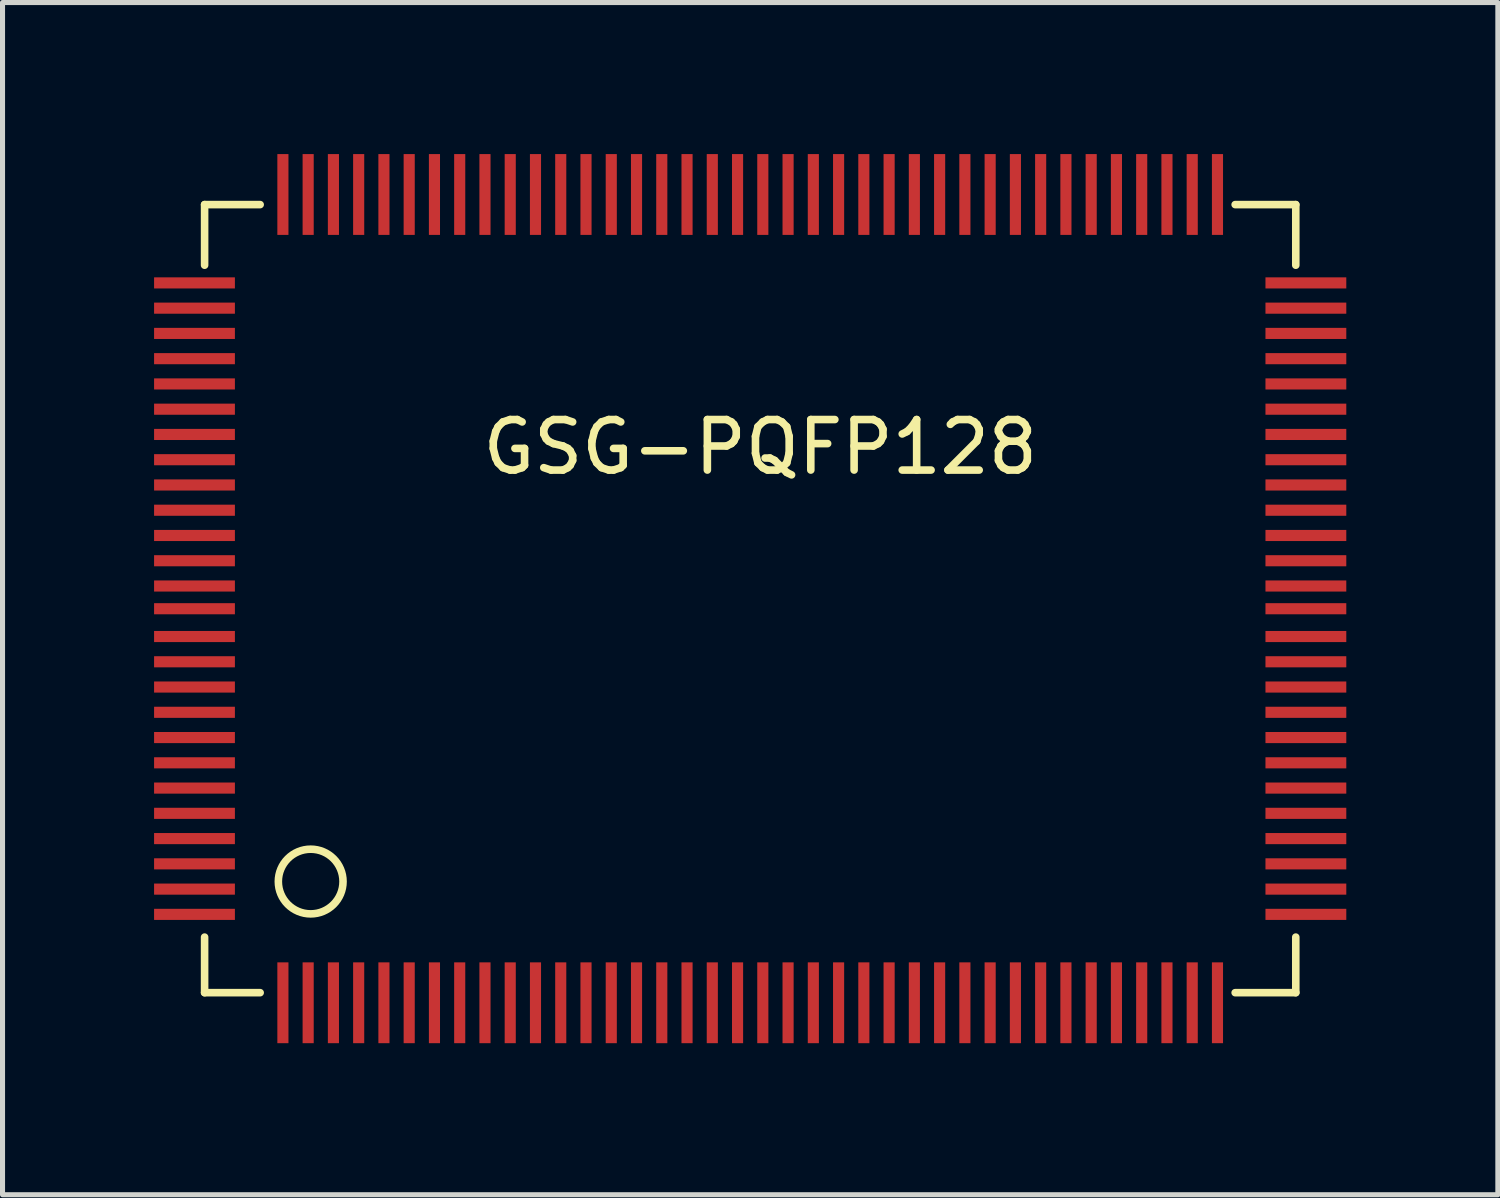
<source format=kicad_pcb>
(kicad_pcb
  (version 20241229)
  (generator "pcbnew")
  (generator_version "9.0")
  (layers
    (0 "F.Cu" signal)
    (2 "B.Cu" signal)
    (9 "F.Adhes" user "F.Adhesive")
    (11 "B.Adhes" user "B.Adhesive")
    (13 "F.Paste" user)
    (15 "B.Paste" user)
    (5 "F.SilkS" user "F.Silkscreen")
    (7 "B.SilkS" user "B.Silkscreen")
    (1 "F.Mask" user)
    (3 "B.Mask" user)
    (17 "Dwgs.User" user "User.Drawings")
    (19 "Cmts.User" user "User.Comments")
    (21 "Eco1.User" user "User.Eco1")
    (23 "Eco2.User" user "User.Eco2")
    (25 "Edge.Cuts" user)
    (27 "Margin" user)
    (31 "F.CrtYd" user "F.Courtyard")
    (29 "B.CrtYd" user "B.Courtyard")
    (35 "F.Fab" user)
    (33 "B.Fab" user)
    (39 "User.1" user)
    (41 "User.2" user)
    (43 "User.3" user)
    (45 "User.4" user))
  (footprint "GSG-PQFP128"
    (layer "F.Cu")
    (at 11.8 8.8)
    (property "Reference" "GSG-PQFP128" (at 0.2 -3 0) (layer "F.SilkS") (effects (font (size 1 1) (thickness 0.15))))
    (attr through_hole)
    (fp_line (start -10.8 -7.8) (end -10.8 -6.6) (stroke (width 0.15) (type solid)) (layer "F.SilkS"))
    (fp_line (start -10.8 7.8) (end -10.8 6.7) (stroke (width 0.15) (type solid)) (layer "F.SilkS"))
    (fp_line (start -9.7 -7.8) (end -10.8 -7.8) (stroke (width 0.15) (type solid)) (layer "F.SilkS"))
    (fp_line (start -9.7 7.8) (end -10.8 7.8) (stroke (width 0.15) (type solid)) (layer "F.SilkS"))
    (fp_line (start 9.6 -7.8) (end 10.8 -7.8) (stroke (width 0.15) (type solid)) (layer "F.SilkS"))
    (fp_line (start 10.8 -7.8) (end 10.8 -6.6) (stroke (width 0.15) (type solid)) (layer "F.SilkS"))
    (fp_line (start 10.8 6.7) (end 10.8 7.8) (stroke (width 0.15) (type solid)) (layer "F.SilkS"))
    (fp_line (start 10.8 7.8) (end 9.6 7.8) (stroke (width 0.15) (type solid)) (layer "F.SilkS"))
    (fp_circle (center -8.7 5.6) (end -9.1 6.1) (stroke (width 0.15) (type solid)) (fill no) (layer "F.SilkS"))
    (pad "1" smd rect (at -9.25 8) (size 0.22 1.6) (layers "F.Cu" "F.Mask" "F.Paste"))
    (pad "2" smd rect (at -8.75 8) (size 0.22 1.6) (layers "F.Cu" "F.Mask" "F.Paste"))
    (pad "3" smd rect (at -8.25 8) (size 0.22 1.6) (layers "F.Cu" "F.Mask" "F.Paste"))
    (pad "4" smd rect (at -7.75 8) (size 0.22 1.6) (layers "F.Cu" "F.Mask" "F.Paste"))
    (pad "5" smd rect (at -7.25 8) (size 0.22 1.6) (layers "F.Cu" "F.Mask" "F.Paste"))
    (pad "6" smd rect (at -6.75 8) (size 0.22 1.6) (layers "F.Cu" "F.Mask" "F.Paste"))
    (pad "7" smd rect (at -6.25 8) (size 0.22 1.6) (layers "F.Cu" "F.Mask" "F.Paste"))
    (pad "8" smd rect (at -5.75 8) (size 0.22 1.6) (layers "F.Cu" "F.Mask" "F.Paste"))
    (pad "9" smd rect (at -5.25 8) (size 0.22 1.6) (layers "F.Cu" "F.Mask" "F.Paste"))
    (pad "10" smd rect (at -4.75 8) (size 0.22 1.6) (layers "F.Cu" "F.Mask" "F.Paste"))
    (pad "11" smd rect (at -4.25 8) (size 0.22 1.6) (layers "F.Cu" "F.Mask" "F.Paste"))
    (pad "12" smd rect (at -3.75 8) (size 0.22 1.6) (layers "F.Cu" "F.Mask" "F.Paste"))
    (pad "13" smd rect (at -3.25 8) (size 0.22 1.6) (layers "F.Cu" "F.Mask" "F.Paste"))
    (pad "14" smd rect (at -2.75 8) (size 0.22 1.6) (layers "F.Cu" "F.Mask" "F.Paste"))
    (pad "15" smd rect (at -2.25 8) (size 0.22 1.6) (layers "F.Cu" "F.Mask" "F.Paste"))
    (pad "16" smd rect (at -1.75 8) (size 0.22 1.6) (layers "F.Cu" "F.Mask" "F.Paste"))
    (pad "17" smd rect (at -1.25 8) (size 0.22 1.6) (layers "F.Cu" "F.Mask" "F.Paste"))
    (pad "18" smd rect (at -0.75 8) (size 0.22 1.6) (layers "F.Cu" "F.Mask" "F.Paste"))
    (pad "19" smd rect (at -0.25 8) (size 0.22 1.6) (layers "F.Cu" "F.Mask" "F.Paste"))
    (pad "20" smd rect (at 0.25 8) (size 0.22 1.6) (layers "F.Cu" "F.Mask" "F.Paste"))
    (pad "21" smd rect (at 0.75 8) (size 0.22 1.6) (layers "F.Cu" "F.Mask" "F.Paste"))
    (pad "22" smd rect (at 1.25 8) (size 0.22 1.6) (layers "F.Cu" "F.Mask" "F.Paste"))
    (pad "23" smd rect (at 1.75 8) (size 0.22 1.6) (layers "F.Cu" "F.Mask" "F.Paste"))
    (pad "24" smd rect (at 2.25 8) (size 0.22 1.6) (layers "F.Cu" "F.Mask" "F.Paste"))
    (pad "25" smd rect (at 2.75 8) (size 0.22 1.6) (layers "F.Cu" "F.Mask" "F.Paste"))
    (pad "26" smd rect (at 3.25 8) (size 0.22 1.6) (layers "F.Cu" "F.Mask" "F.Paste"))
    (pad "27" smd rect (at 3.75 8) (size 0.22 1.6) (layers "F.Cu" "F.Mask" "F.Paste"))
    (pad "28" smd rect (at 4.25 8) (size 0.22 1.6) (layers "F.Cu" "F.Mask" "F.Paste"))
    (pad "29" smd rect (at 4.75 8) (size 0.22 1.6) (layers "F.Cu" "F.Mask" "F.Paste"))
    (pad "30" smd rect (at 5.25 8) (size 0.22 1.6) (layers "F.Cu" "F.Mask" "F.Paste"))
    (pad "31" smd rect (at 5.75 8) (size 0.22 1.6) (layers "F.Cu" "F.Mask" "F.Paste"))
    (pad "32" smd rect (at 6.25 8) (size 0.22 1.6) (layers "F.Cu" "F.Mask" "F.Paste"))
    (pad "33" smd rect (at 6.75 8) (size 0.22 1.6) (layers "F.Cu" "F.Mask" "F.Paste"))
    (pad "34" smd rect (at 7.25 8) (size 0.22 1.6) (layers "F.Cu" "F.Mask" "F.Paste"))
    (pad "35" smd rect (at 7.75 8) (size 0.22 1.6) (layers "F.Cu" "F.Mask" "F.Paste"))
    (pad "36" smd rect (at 8.25 8) (size 0.22 1.6) (layers "F.Cu" "F.Mask" "F.Paste"))
    (pad "37" smd rect (at 8.75 8) (size 0.22 1.6) (layers "F.Cu" "F.Mask" "F.Paste"))
    (pad "38" smd rect (at 9.25 8) (size 0.22 1.6) (layers "F.Cu" "F.Mask" "F.Paste"))
    (pad "39" smd rect (at 11 6.25) (size 1.6 0.22) (layers "F.Cu" "F.Mask" "F.Paste"))
    (pad "40" smd rect (at 11 5.75) (size 1.6 0.22) (layers "F.Cu" "F.Mask" "F.Paste"))
    (pad "41" smd rect (at 11 5.25) (size 1.6 0.22) (layers "F.Cu" "F.Mask" "F.Paste"))
    (pad "42" smd rect (at 11 4.75) (size 1.6 0.22) (layers "F.Cu" "F.Mask" "F.Paste"))
    (pad "43" smd rect (at 11 4.25) (size 1.6 0.22) (layers "F.Cu" "F.Mask" "F.Paste"))
    (pad "44" smd rect (at 11 3.75) (size 1.6 0.22) (layers "F.Cu" "F.Mask" "F.Paste"))
    (pad "45" smd rect (at 11 3.25) (size 1.6 0.22) (layers "F.Cu" "F.Mask" "F.Paste"))
    (pad "46" smd rect (at 11 2.75) (size 1.6 0.22) (layers "F.Cu" "F.Mask" "F.Paste"))
    (pad "47" smd rect (at 11 2.25) (size 1.6 0.22) (layers "F.Cu" "F.Mask" "F.Paste"))
    (pad "48" smd rect (at 11 1.75) (size 1.6 0.22) (layers "F.Cu" "F.Mask" "F.Paste"))
    (pad "49" smd rect (at 11 1.25) (size 1.6 0.22) (layers "F.Cu" "F.Mask" "F.Paste"))
    (pad "50" smd rect (at 11 0.75) (size 1.6 0.22) (layers "F.Cu" "F.Mask" "F.Paste"))
    (pad "51" smd rect (at 11 0.2) (size 1.6 0.22) (layers "F.Cu" "F.Mask" "F.Paste"))
    (pad "52" smd rect (at 11 -0.25) (size 1.6 0.22) (layers "F.Cu" "F.Mask" "F.Paste"))
    (pad "53" smd rect (at 11 -0.75) (size 1.6 0.22) (layers "F.Cu" "F.Mask" "F.Paste"))
    (pad "54" smd rect (at 11 -1.25) (size 1.6 0.22) (layers "F.Cu" "F.Mask" "F.Paste"))
    (pad "55" smd rect (at 11 -1.75) (size 1.6 0.22) (layers "F.Cu" "F.Mask" "F.Paste"))
    (pad "56" smd rect (at 11 -2.25) (size 1.6 0.22) (layers "F.Cu" "F.Mask" "F.Paste"))
    (pad "57" smd rect (at 11 -2.75) (size 1.6 0.22) (layers "F.Cu" "F.Mask" "F.Paste"))
    (pad "58" smd rect (at 11 -3.25) (size 1.6 0.22) (layers "F.Cu" "F.Mask" "F.Paste"))
    (pad "59" smd rect (at 11 -3.75) (size 1.6 0.22) (layers "F.Cu" "F.Mask" "F.Paste"))
    (pad "60" smd rect (at 11 -4.25) (size 1.6 0.22) (layers "F.Cu" "F.Mask" "F.Paste"))
    (pad "61" smd rect (at 11 -4.75) (size 1.6 0.22) (layers "F.Cu" "F.Mask" "F.Paste"))
    (pad "62" smd rect (at 11 -5.25) (size 1.6 0.22) (layers "F.Cu" "F.Mask" "F.Paste"))
    (pad "63" smd rect (at 11 -5.75) (size 1.6 0.22) (layers "F.Cu" "F.Mask" "F.Paste"))
    (pad "64" smd rect (at 11 -6.25) (size 1.6 0.22) (layers "F.Cu" "F.Mask" "F.Paste"))
    (pad "65" smd rect (at 9.25 -8) (size 0.22 1.6) (layers "F.Cu" "F.Mask" "F.Paste"))
    (pad "66" smd rect (at 8.75 -8) (size 0.22 1.6) (layers "F.Cu" "F.Mask" "F.Paste"))
    (pad "67" smd rect (at 8.25 -8) (size 0.22 1.6) (layers "F.Cu" "F.Mask" "F.Paste"))
    (pad "68" smd rect (at 7.75 -8) (size 0.22 1.6) (layers "F.Cu" "F.Mask" "F.Paste"))
    (pad "69" smd rect (at 7.25 -8) (size 0.22 1.6) (layers "F.Cu" "F.Mask" "F.Paste"))
    (pad "70" smd rect (at 6.75 -8) (size 0.22 1.6) (layers "F.Cu" "F.Mask" "F.Paste"))
    (pad "71" smd rect (at 6.25 -8) (size 0.22 1.6) (layers "F.Cu" "F.Mask" "F.Paste"))
    (pad "72" smd rect (at 5.75 -8) (size 0.22 1.6) (layers "F.Cu" "F.Mask" "F.Paste"))
    (pad "73" smd rect (at 5.25 -8) (size 0.22 1.6) (layers "F.Cu" "F.Mask" "F.Paste"))
    (pad "74" smd rect (at 4.75 -8) (size 0.22 1.6) (layers "F.Cu" "F.Mask" "F.Paste"))
    (pad "75" smd rect (at 4.25 -8) (size 0.22 1.6) (layers "F.Cu" "F.Mask" "F.Paste"))
    (pad "76" smd rect (at 3.75 -8) (size 0.22 1.6) (layers "F.Cu" "F.Mask" "F.Paste"))
    (pad "77" smd rect (at 3.25 -8) (size 0.22 1.6) (layers "F.Cu" "F.Mask" "F.Paste"))
    (pad "78" smd rect (at 2.75 -8) (size 0.22 1.6) (layers "F.Cu" "F.Mask" "F.Paste"))
    (pad "79" smd rect (at 2.25 -8) (size 0.22 1.6) (layers "F.Cu" "F.Mask" "F.Paste"))
    (pad "80" smd rect (at 1.75 -8) (size 0.22 1.6) (layers "F.Cu" "F.Mask" "F.Paste"))
    (pad "81" smd rect (at 1.25 -8) (size 0.22 1.6) (layers "F.Cu" "F.Mask" "F.Paste"))
    (pad "82" smd rect (at 0.75 -8) (size 0.22 1.6) (layers "F.Cu" "F.Mask" "F.Paste"))
    (pad "83" smd rect (at 0.25 -8) (size 0.22 1.6) (layers "F.Cu" "F.Mask" "F.Paste"))
    (pad "84" smd rect (at -0.25 -8) (size 0.22 1.6) (layers "F.Cu" "F.Mask" "F.Paste"))
    (pad "85" smd rect (at -0.75 -8) (size 0.22 1.6) (layers "F.Cu" "F.Mask" "F.Paste"))
    (pad "86" smd rect (at -1.25 -8) (size 0.22 1.6) (layers "F.Cu" "F.Mask" "F.Paste"))
    (pad "87" smd rect (at -1.75 -8) (size 0.22 1.6) (layers "F.Cu" "F.Mask" "F.Paste"))
    (pad "88" smd rect (at -2.25 -8) (size 0.22 1.6) (layers "F.Cu" "F.Mask" "F.Paste"))
    (pad "89" smd rect (at -2.75 -8) (size 0.22 1.6) (layers "F.Cu" "F.Mask" "F.Paste"))
    (pad "90" smd rect (at -3.25 -8) (size 0.22 1.6) (layers "F.Cu" "F.Mask" "F.Paste"))
    (pad "91" smd rect (at -3.75 -8) (size 0.22 1.6) (layers "F.Cu" "F.Mask" "F.Paste"))
    (pad "92" smd rect (at -4.25 -8) (size 0.22 1.6) (layers "F.Cu" "F.Mask" "F.Paste"))
    (pad "93" smd rect (at -4.75 -8) (size 0.22 1.6) (layers "F.Cu" "F.Mask" "F.Paste"))
    (pad "94" smd rect (at -5.25 -8) (size 0.22 1.6) (layers "F.Cu" "F.Mask" "F.Paste"))
    (pad "95" smd rect (at -5.75 -8) (size 0.22 1.6) (layers "F.Cu" "F.Mask" "F.Paste"))
    (pad "96" smd rect (at -6.25 -8) (size 0.22 1.6) (layers "F.Cu" "F.Mask" "F.Paste"))
    (pad "97" smd rect (at -6.75 -8) (size 0.22 1.6) (layers "F.Cu" "F.Mask" "F.Paste"))
    (pad "98" smd rect (at -7.25 -8) (size 0.22 1.6) (layers "F.Cu" "F.Mask" "F.Paste"))
    (pad "99" smd rect (at -7.75 -8) (size 0.22 1.6) (layers "F.Cu" "F.Mask" "F.Paste"))
    (pad "100" smd rect (at -8.25 -8) (size 0.22 1.6) (layers "F.Cu" "F.Mask" "F.Paste"))
    (pad "101" smd rect (at -8.75 -8) (size 0.22 1.6) (layers "F.Cu" "F.Mask" "F.Paste"))
    (pad "102" smd rect (at -9.25 -8) (size 0.22 1.6) (layers "F.Cu" "F.Mask" "F.Paste"))
    (pad "103" smd rect (at -11 -6.25) (size 1.6 0.22) (layers "F.Cu" "F.Mask" "F.Paste"))
    (pad "104" smd rect (at -11 -5.75) (size 1.6 0.22) (layers "F.Cu" "F.Mask" "F.Paste"))
    (pad "105" smd rect (at -11 -5.25) (size 1.6 0.22) (layers "F.Cu" "F.Mask" "F.Paste"))
    (pad "106" smd rect (at -11 -4.75) (size 1.6 0.22) (layers "F.Cu" "F.Mask" "F.Paste"))
    (pad "107" smd rect (at -11 -4.25) (size 1.6 0.22) (layers "F.Cu" "F.Mask" "F.Paste"))
    (pad "108" smd rect (at -11 -3.75) (size 1.6 0.22) (layers "F.Cu" "F.Mask" "F.Paste"))
    (pad "109" smd rect (at -11 -3.25) (size 1.6 0.22) (layers "F.Cu" "F.Mask" "F.Paste"))
    (pad "110" smd rect (at -11 -2.75) (size 1.6 0.22) (layers "F.Cu" "F.Mask" "F.Paste"))
    (pad "111" smd rect (at -11 -2.25) (size 1.6 0.22) (layers "F.Cu" "F.Mask" "F.Paste"))
    (pad "112" smd rect (at -11 -1.75) (size 1.6 0.22) (layers "F.Cu" "F.Mask" "F.Paste"))
    (pad "113" smd rect (at -11 -1.25) (size 1.6 0.22) (layers "F.Cu" "F.Mask" "F.Paste"))
    (pad "114" smd rect (at -11 -0.75) (size 1.6 0.22) (layers "F.Cu" "F.Mask" "F.Paste"))
    (pad "115" smd rect (at -11 -0.25) (size 1.6 0.22) (layers "F.Cu" "F.Mask" "F.Paste"))
    (pad "116" smd rect (at -11 0.2) (size 1.6 0.22) (layers "F.Cu" "F.Mask" "F.Paste"))
    (pad "117" smd rect (at -11 0.75) (size 1.6 0.22) (layers "F.Cu" "F.Mask" "F.Paste"))
    (pad "118" smd rect (at -11 1.25) (size 1.6 0.22) (layers "F.Cu" "F.Mask" "F.Paste"))
    (pad "119" smd rect (at -11 1.75) (size 1.6 0.22) (layers "F.Cu" "F.Mask" "F.Paste"))
    (pad "120" smd rect (at -11 2.25) (size 1.6 0.22) (layers "F.Cu" "F.Mask" "F.Paste"))
    (pad "121" smd rect (at -11 2.75) (size 1.6 0.22) (layers "F.Cu" "F.Mask" "F.Paste"))
    (pad "122" smd rect (at -11 3.25) (size 1.6 0.22) (layers "F.Cu" "F.Mask" "F.Paste"))
    (pad "123" smd rect (at -11 3.75) (size 1.6 0.22) (layers "F.Cu" "F.Mask" "F.Paste"))
    (pad "124" smd rect (at -11 4.25) (size 1.6 0.22) (layers "F.Cu" "F.Mask" "F.Paste"))
    (pad "125" smd rect (at -11 4.75) (size 1.6 0.22) (layers "F.Cu" "F.Mask" "F.Paste"))
    (pad "126" smd rect (at -11 5.25) (size 1.6 0.22) (layers "F.Cu" "F.Mask" "F.Paste"))
    (pad "127" smd rect (at -11 5.75) (size 1.6 0.22) (layers "F.Cu" "F.Mask" "F.Paste"))
    (pad "128" smd rect (at -11 6.25) (size 1.6 0.22) (layers "F.Cu" "F.Mask" "F.Paste")))
  (gr_rect
    (start -3 -3)
    (end 26.6 20.6)
    (stroke (width 0.1) (type default))
    (fill no)
    (layer "Edge.Cuts")))
</source>
